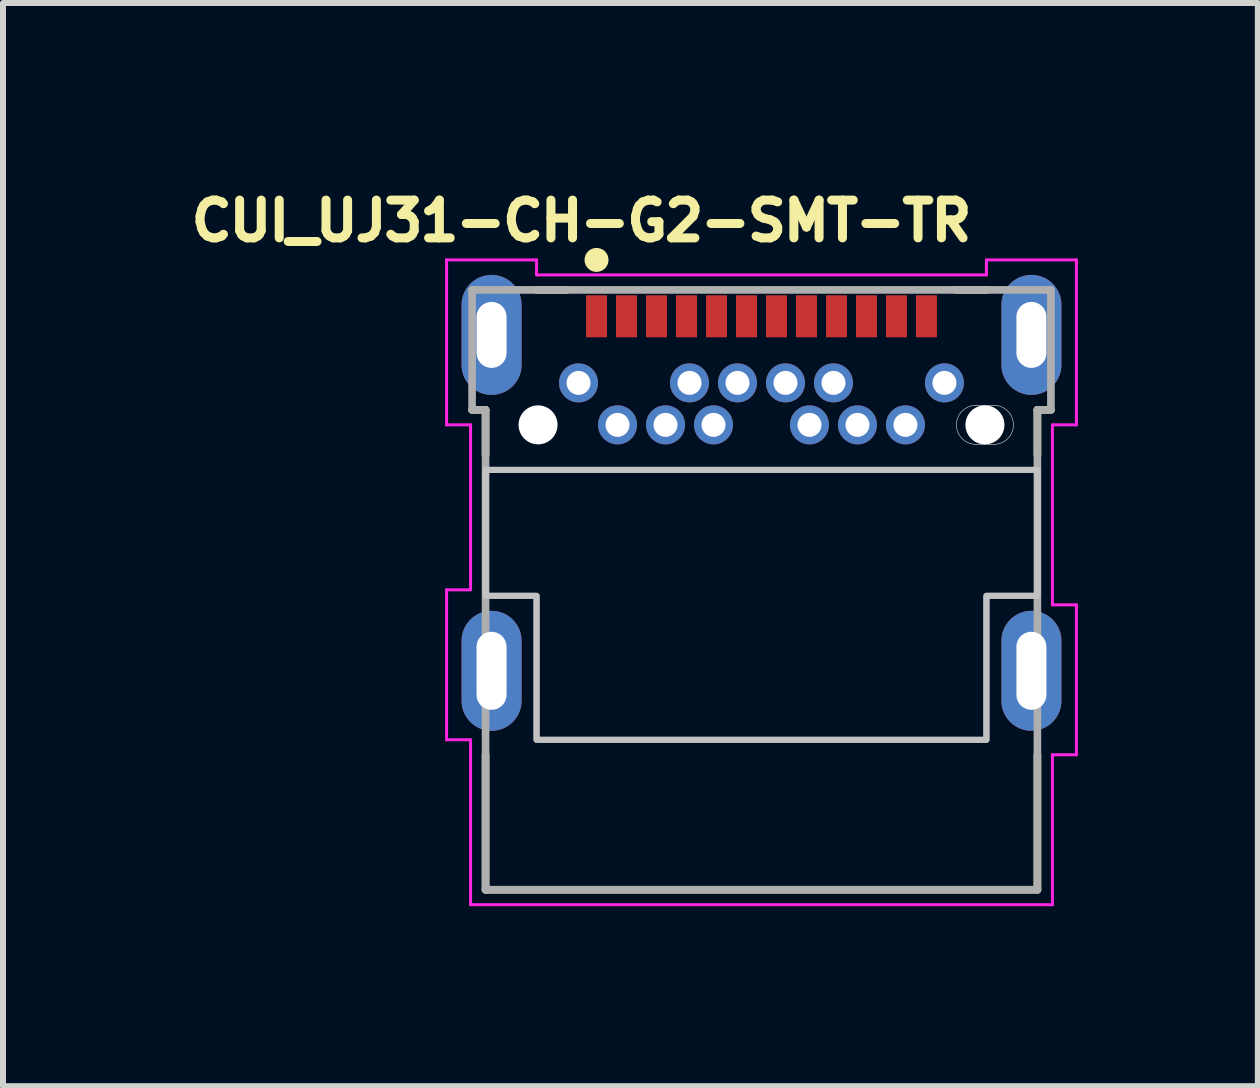
<source format=kicad_pcb>
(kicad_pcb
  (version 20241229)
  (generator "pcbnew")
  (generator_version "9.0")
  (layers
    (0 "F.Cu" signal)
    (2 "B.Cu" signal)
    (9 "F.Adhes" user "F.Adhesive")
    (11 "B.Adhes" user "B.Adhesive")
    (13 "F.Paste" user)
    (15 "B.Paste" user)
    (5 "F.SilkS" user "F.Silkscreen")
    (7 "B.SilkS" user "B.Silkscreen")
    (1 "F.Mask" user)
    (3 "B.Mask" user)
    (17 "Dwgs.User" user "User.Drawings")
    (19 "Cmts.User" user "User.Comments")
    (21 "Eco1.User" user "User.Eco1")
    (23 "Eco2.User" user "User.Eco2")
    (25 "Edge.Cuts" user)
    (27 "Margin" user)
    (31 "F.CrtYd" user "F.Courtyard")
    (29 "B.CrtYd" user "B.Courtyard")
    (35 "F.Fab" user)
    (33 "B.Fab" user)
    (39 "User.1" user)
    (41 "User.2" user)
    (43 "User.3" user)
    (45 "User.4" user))
  (footprint "CUI_UJ31-CH-G2-SMT-TR"
    (layer "F.Cu")
    (at 6.895 2.223)
    (property "Reference" "CUI_UJ31-CH-G2-SMT-TR" (at -0.25 -1.591 0) (layer "F.SilkS") (effects (font (size 0.63 0.63) (thickness 0.15))))
    (attr through_hole)
    (fp_line (start -2.075 1.56) (end -1.85 1.56) (stroke (width 0.127) (type solid)) (layer "F.SilkS"))
    (fp_line (start -1.85 1.56) (end -1.85 2.31) (stroke (width 0.127) (type solid)) (layer "F.SilkS"))
    (fp_line (start -1.85 9.56) (end -1.85 7.31) (stroke (width 0.127) (type solid)) (layer "F.SilkS"))
    (fp_line (start -1 -0.44) (end -0.5 -0.44) (stroke (width 0.127) (type solid)) (layer "F.SilkS"))
    (fp_line (start 6 -0.44) (end 6.5 -0.44) (stroke (width 0.127) (type solid)) (layer "F.SilkS"))
    (fp_line (start 7.35 1.56) (end 7.35 2.31) (stroke (width 0.127) (type solid)) (layer "F.SilkS"))
    (fp_line (start 7.35 7.31) (end 7.35 9.56) (stroke (width 0.127) (type solid)) (layer "F.SilkS"))
    (fp_line (start 7.35 9.56) (end -1.85 9.56) (stroke (width 0.127) (type solid)) (layer "F.SilkS"))
    (fp_line (start 7.575 1.56) (end 7.35 1.56) (stroke (width 0.127) (type solid)) (layer "F.SilkS"))
    (fp_circle (center 0 -0.94) (end 0.1 -0.94) (stroke (width 0.2) (type solid)) (fill no) (layer "F.SilkS"))
    (fp_poly (pts (xy -1.85 2.56) (xy 7.35 2.56) (xy 7.35 4.66) (xy 6.5 4.66) (xy 6.5 7.06) (xy -1 7.06) (xy -1 4.66) (xy -1.85 4.66)) (stroke (width 0.1) (type solid)) (fill no) (layer "Dwgs.User"))
    (fp_poly (pts (xy -1.85 2.56) (xy 7.35 2.56) (xy 7.35 4.66) (xy 6.5 4.66) (xy 6.5 7.06) (xy -1 7.06) (xy -1 4.66) (xy -1.85 4.66)) (stroke (width 0.1) (type solid)) (fill no) (layer "Dwgs.User"))
    (fp_line (start 6.325 1.485) (end 6.625 1.485) (stroke (width 0.01) (type solid)) (layer "Edge.Cuts"))
    (fp_line (start 6.325 2.135) (end 6.625 2.135) (stroke (width 0.01) (type solid)) (layer "Edge.Cuts"))
    (fp_arc (start 6.325 2.135) (mid 6 1.81) (end 6.325 1.485) (stroke (width 0.01) (type solid)) (layer "Edge.Cuts"))
    (fp_arc (start 6.625 1.485) (mid 6.95 1.81) (end 6.625 2.135) (stroke (width 0.01) (type solid)) (layer "Edge.Cuts"))
    (fp_line (start -2.5 -0.94) (end -1 -0.94) (stroke (width 0.05) (type solid)) (layer "F.CrtYd"))
    (fp_line (start -2.5 1.81) (end -2.5 -0.94) (stroke (width 0.05) (type solid)) (layer "F.CrtYd"))
    (fp_line (start -2.5 4.56) (end -2.1 4.56) (stroke (width 0.05) (type solid)) (layer "F.CrtYd"))
    (fp_line (start -2.5 7.06) (end -2.5 4.56) (stroke (width 0.05) (type solid)) (layer "F.CrtYd"))
    (fp_line (start -2.1 1.81) (end -2.5 1.81) (stroke (width 0.05) (type solid)) (layer "F.CrtYd"))
    (fp_line (start -2.1 4.56) (end -2.1 1.81) (stroke (width 0.05) (type solid)) (layer "F.CrtYd"))
    (fp_line (start -2.1 7.06) (end -2.5 7.06) (stroke (width 0.05) (type solid)) (layer "F.CrtYd"))
    (fp_line (start -2.1 9.81) (end -2.1 7.06) (stroke (width 0.05) (type solid)) (layer "F.CrtYd"))
    (fp_line (start -1 -0.94) (end -1 -0.69) (stroke (width 0.05) (type solid)) (layer "F.CrtYd"))
    (fp_line (start -1 -0.69) (end 6.5 -0.69) (stroke (width 0.05) (type solid)) (layer "F.CrtYd"))
    (fp_line (start 6.5 -0.94) (end 8 -0.94) (stroke (width 0.05) (type solid)) (layer "F.CrtYd"))
    (fp_line (start 6.5 -0.69) (end 6.5 -0.94) (stroke (width 0.05) (type solid)) (layer "F.CrtYd"))
    (fp_line (start 7.6 1.81) (end 7.6 4.81) (stroke (width 0.05) (type solid)) (layer "F.CrtYd"))
    (fp_line (start 7.6 4.81) (end 8 4.81) (stroke (width 0.05) (type solid)) (layer "F.CrtYd"))
    (fp_line (start 7.6 7.31) (end 7.6 9.81) (stroke (width 0.05) (type solid)) (layer "F.CrtYd"))
    (fp_line (start 7.6 9.81) (end -2.1 9.81) (stroke (width 0.05) (type solid)) (layer "F.CrtYd"))
    (fp_line (start 8 -0.94) (end 8 1.81) (stroke (width 0.05) (type solid)) (layer "F.CrtYd"))
    (fp_line (start 8 1.81) (end 7.6 1.81) (stroke (width 0.05) (type solid)) (layer "F.CrtYd"))
    (fp_line (start 8 4.81) (end 8 7.31) (stroke (width 0.05) (type solid)) (layer "F.CrtYd"))
    (fp_line (start 8 7.31) (end 7.6 7.31) (stroke (width 0.05) (type solid)) (layer "F.CrtYd"))
    (fp_line (start -2.075 -0.44) (end 7.575 -0.44) (stroke (width 0.127) (type solid)) (layer "F.Fab"))
    (fp_line (start -2.075 1.56) (end -2.075 -0.44) (stroke (width 0.127) (type solid)) (layer "F.Fab"))
    (fp_line (start -1.85 1.56) (end -2.075 1.56) (stroke (width 0.127) (type solid)) (layer "F.Fab"))
    (fp_line (start -1.85 9.56) (end -1.85 1.56) (stroke (width 0.127) (type solid)) (layer "F.Fab"))
    (fp_line (start 7.35 1.56) (end 7.35 9.56) (stroke (width 0.127) (type solid)) (layer "F.Fab"))
    (fp_line (start 7.35 9.56) (end -1.85 9.56) (stroke (width 0.127) (type solid)) (layer "F.Fab"))
    (fp_line (start 7.575 -0.44) (end 7.575 1.56) (stroke (width 0.127) (type solid)) (layer "F.Fab"))
    (fp_line (start 7.575 1.56) (end 7.35 1.56) (stroke (width 0.127) (type solid)) (layer "F.Fab"))
    (pad "" np_thru_hole circle (at -0.975 1.81) (size 0.65 0.65) (drill 0.65) (layers "*.Cu" "*.Mask"))
    (pad "" np_thru_hole circle (at 6.475 1.81) (size 0.65 0.65) (drill 0.65) (layers "*.Cu" "*.Mask"))
    (pad "A1" smd rect (at 0 0) (size 0.35 0.7) (layers "F.Cu" "F.Mask" "F.Paste"))
    (pad "A2" smd rect (at 0.5 0) (size 0.35 0.7) (layers "F.Cu" "F.Mask" "F.Paste"))
    (pad "A3" smd rect (at 1 0) (size 0.35 0.7) (layers "F.Cu" "F.Mask" "F.Paste"))
    (pad "A4" smd rect (at 1.5 0) (size 0.35 0.7) (layers "F.Cu" "F.Mask" "F.Paste"))
    (pad "A5" smd rect (at 2 0) (size 0.35 0.7) (layers "F.Cu" "F.Mask" "F.Paste"))
    (pad "A6" smd rect (at 2.5 0) (size 0.35 0.7) (layers "F.Cu" "F.Mask" "F.Paste"))
    (pad "A7" smd rect (at 3 0) (size 0.35 0.7) (layers "F.Cu" "F.Mask" "F.Paste"))
    (pad "A8" smd rect (at 3.5 0) (size 0.35 0.7) (layers "F.Cu" "F.Mask" "F.Paste"))
    (pad "A9" smd rect (at 4 0) (size 0.35 0.7) (layers "F.Cu" "F.Mask" "F.Paste"))
    (pad "A10" smd rect (at 4.5 0) (size 0.35 0.7) (layers "F.Cu" "F.Mask" "F.Paste"))
    (pad "A11" smd rect (at 5 0) (size 0.35 0.7) (layers "F.Cu" "F.Mask" "F.Paste"))
    (pad "A12" smd rect (at 5.5 0) (size 0.35 0.7) (layers "F.Cu" "F.Mask" "F.Paste"))
    (pad "B1" thru_hole circle (at 5.8 1.11) (size 0.65 0.65) (drill 0.4) (layers "*.Cu" "*.Mask"))
    (pad "B2" thru_hole circle (at 5.15 1.81) (size 0.65 0.65) (drill 0.4) (layers "*.Cu" "*.Mask"))
    (pad "B3" thru_hole circle (at 4.35 1.81) (size 0.65 0.65) (drill 0.4) (layers "*.Cu" "*.Mask"))
    (pad "B4" thru_hole circle (at 3.95 1.11) (size 0.65 0.65) (drill 0.4) (layers "*.Cu" "*.Mask"))
    (pad "B5" thru_hole circle (at 3.55 1.81) (size 0.65 0.65) (drill 0.4) (layers "*.Cu" "*.Mask"))
    (pad "B6" thru_hole circle (at 3.15 1.11) (size 0.65 0.65) (drill 0.4) (layers "*.Cu" "*.Mask"))
    (pad "B7" thru_hole circle (at 2.35 1.11) (size 0.65 0.65) (drill 0.4) (layers "*.Cu" "*.Mask"))
    (pad "B8" thru_hole circle (at 1.95 1.81) (size 0.65 0.65) (drill 0.4) (layers "*.Cu" "*.Mask"))
    (pad "B9" thru_hole circle (at 1.55 1.11) (size 0.65 0.65) (drill 0.4) (layers "*.Cu" "*.Mask"))
    (pad "B10" thru_hole circle (at 1.15 1.81) (size 0.65 0.65) (drill 0.4) (layers "*.Cu" "*.Mask"))
    (pad "B11" thru_hole circle (at 0.35 1.81) (size 0.65 0.65) (drill 0.4) (layers "*.Cu" "*.Mask"))
    (pad "B12" thru_hole circle (at -0.3 1.11) (size 0.65 0.65) (drill 0.4) (layers "*.Cu" "*.Mask"))
    (pad "SH1" thru_hole oval (at -1.75 0.31) (size 1 2) (drill oval 0.5 1.1) (layers "*.Cu" "*.Mask"))
    (pad "SH2" thru_hole oval (at 7.25 0.31) (size 1 2) (drill oval 0.5 1.1) (layers "*.Cu" "*.Mask"))
    (pad "SH3" thru_hole oval (at -1.75 5.91) (size 1 2) (drill oval 0.5 1.3) (layers "*.Cu" "*.Mask"))
    (pad "SH4" thru_hole oval (at 7.25 5.91) (size 1 2) (drill oval 0.5 1.3) (layers "*.Cu" "*.Mask")))
  (gr_rect
    (start -3 -3)
    (end 17.92 15.058)
    (stroke (width 0.1) (type default))
    (fill no)
    (layer "Edge.Cuts")))
</source>
